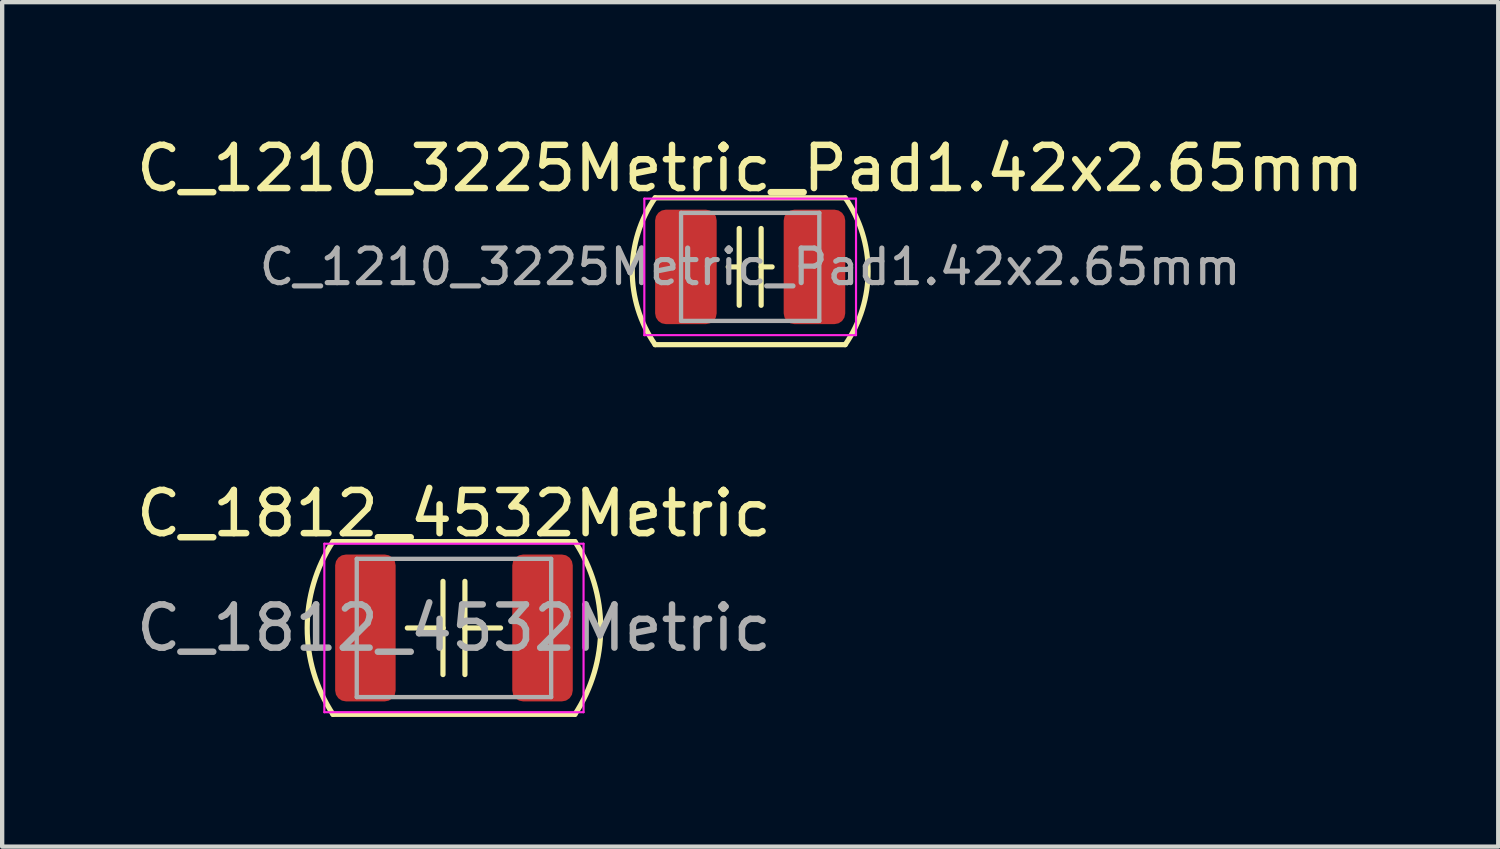
<source format=kicad_pcb>
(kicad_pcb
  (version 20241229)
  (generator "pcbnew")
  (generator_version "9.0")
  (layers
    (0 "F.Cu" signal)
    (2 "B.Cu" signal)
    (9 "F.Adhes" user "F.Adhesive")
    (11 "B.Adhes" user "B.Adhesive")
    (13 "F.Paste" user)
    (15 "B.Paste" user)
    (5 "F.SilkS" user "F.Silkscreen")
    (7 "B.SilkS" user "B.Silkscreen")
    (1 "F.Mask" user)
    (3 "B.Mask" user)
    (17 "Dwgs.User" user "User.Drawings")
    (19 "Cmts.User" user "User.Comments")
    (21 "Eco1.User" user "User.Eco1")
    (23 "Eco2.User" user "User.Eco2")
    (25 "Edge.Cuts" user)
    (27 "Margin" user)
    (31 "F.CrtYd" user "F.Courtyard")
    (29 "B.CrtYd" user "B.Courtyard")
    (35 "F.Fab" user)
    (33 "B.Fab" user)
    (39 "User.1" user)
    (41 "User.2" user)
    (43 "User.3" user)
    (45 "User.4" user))
  (footprint "C_1812_4532Metric"
    (layer "F.Cu")
    (at 7.458 11.486)
    (property "Reference" "C_1812_4532Metric" (at 0 -2.65 0) (layer "F.SilkS") (effects (font (size 1 1) (thickness 0.15))))
    (attr smd)
    (fp_line (start -2.8 2) (end 2.8 2) (stroke (width 0.12) (type solid)) (layer "F.SilkS"))
    (fp_line (start -0.254 -1.079) (end -0.254 0) (stroke (width 0.12) (type solid)) (layer "F.SilkS"))
    (fp_line (start -0.254 0) (end -1.079 0) (stroke (width 0.12) (type solid)) (layer "F.SilkS"))
    (fp_line (start -0.254 0) (end -0.254 1.079) (stroke (width 0.12) (type solid)) (layer "F.SilkS"))
    (fp_line (start 0.254 -1.079) (end 0.254 0) (stroke (width 0.12) (type solid)) (layer "F.SilkS"))
    (fp_line (start 0.254 0) (end 0.254 1.079) (stroke (width 0.12) (type solid)) (layer "F.SilkS"))
    (fp_line (start 0.254 0) (end 1.079 0) (stroke (width 0.12) (type solid)) (layer "F.SilkS"))
    (fp_line (start 2.8 -2) (end -2.8 -2) (stroke (width 0.12) (type solid)) (layer "F.SilkS"))
    (fp_arc (start -2.8 2) (mid -3.396884 0) (end -2.8 -2) (stroke (width 0.12) (type solid)) (layer "F.SilkS"))
    (fp_arc (start 2.8 -2) (mid 3.396884 0) (end 2.8 2) (stroke (width 0.12) (type solid)) (layer "F.SilkS"))
    (fp_line (start -3 -1.95) (end 3 -1.95) (stroke (width 0.05) (type solid)) (layer "F.CrtYd"))
    (fp_line (start -3 1.95) (end -3 -1.95) (stroke (width 0.05) (type solid)) (layer "F.CrtYd"))
    (fp_line (start 3 -1.95) (end 3 1.95) (stroke (width 0.05) (type solid)) (layer "F.CrtYd"))
    (fp_line (start 3 1.95) (end -3 1.95) (stroke (width 0.05) (type solid)) (layer "F.CrtYd"))
    (fp_line (start -2.25 -1.6) (end 2.25 -1.6) (stroke (width 0.1) (type solid)) (layer "F.Fab"))
    (fp_line (start -2.25 1.6) (end -2.25 -1.6) (stroke (width 0.1) (type solid)) (layer "F.Fab"))
    (fp_line (start 2.25 -1.6) (end 2.25 1.6) (stroke (width 0.1) (type solid)) (layer "F.Fab"))
    (fp_line (start 2.25 1.6) (end -2.25 1.6) (stroke (width 0.1) (type solid)) (layer "F.Fab"))
    (fp_text user "${REFERENCE}" (at 0 0 0) (layer "F.Fab") (effects (font (size 1 1) (thickness 0.15))))
    (pad "1" smd roundrect (at -2.05 0) (size 1.4 3.4) (layers "F.Cu" "F.Mask" "F.Paste") (roundrect_rratio 0.179))
    (pad "2" smd roundrect (at 2.05 0) (size 1.4 3.4) (layers "F.Cu" "F.Mask" "F.Paste") (roundrect_rratio 0.179)))
  (footprint "C_1210_3225Metric_Pad1.42x2.65mm"
    (layer "F.Cu")
    (at 14.315 3.128)
    (property "Reference" "C_1210_3225Metric_Pad1.42x2.65mm" (at 0 -2.28 0) (layer "F.SilkS") (effects (font (size 1 1) (thickness 0.15))))
    (attr smd)
    (fp_line (start -2.2 1.8) (end 2.2 1.8) (stroke (width 0.12) (type solid)) (layer "F.SilkS"))
    (fp_line (start -0.254 -0.889) (end -0.254 0) (stroke (width 0.12) (type solid)) (layer "F.SilkS"))
    (fp_line (start -0.254 0) (end -0.508 0) (stroke (width 0.12) (type solid)) (layer "F.SilkS"))
    (fp_line (start -0.254 0) (end -0.254 0.889) (stroke (width 0.12) (type solid)) (layer "F.SilkS"))
    (fp_line (start 0.254 -0.889) (end 0.254 0.889) (stroke (width 0.12) (type solid)) (layer "F.SilkS"))
    (fp_line (start 0.254 0) (end 0.508 0) (stroke (width 0.12) (type solid)) (layer "F.SilkS"))
    (fp_line (start 2.2 -1.6) (end -2.2 -1.6) (stroke (width 0.12) (type solid)) (layer "F.SilkS"))
    (fp_arc (start -2.2 1.8) (mid -2.729833 0.1) (end -2.2 -1.6) (stroke (width 0.12) (type solid)) (layer "F.SilkS"))
    (fp_arc (start 2.2 -1.6) (mid 2.729833 0.1) (end 2.2 1.8) (stroke (width 0.12) (type solid)) (layer "F.SilkS"))
    (fp_line (start -2.45 -1.58) (end 2.45 -1.58) (stroke (width 0.05) (type solid)) (layer "F.CrtYd"))
    (fp_line (start -2.45 1.58) (end -2.45 -1.58) (stroke (width 0.05) (type solid)) (layer "F.CrtYd"))
    (fp_line (start 2.45 -1.58) (end 2.45 1.58) (stroke (width 0.05) (type solid)) (layer "F.CrtYd"))
    (fp_line (start 2.45 1.58) (end -2.45 1.58) (stroke (width 0.05) (type solid)) (layer "F.CrtYd"))
    (fp_line (start -1.6 -1.25) (end 1.6 -1.25) (stroke (width 0.1) (type solid)) (layer "F.Fab"))
    (fp_line (start -1.6 1.25) (end -1.6 -1.25) (stroke (width 0.1) (type solid)) (layer "F.Fab"))
    (fp_line (start 1.6 -1.25) (end 1.6 1.25) (stroke (width 0.1) (type solid)) (layer "F.Fab"))
    (fp_line (start 1.6 1.25) (end -1.6 1.25) (stroke (width 0.1) (type solid)) (layer "F.Fab"))
    (fp_text user "${REFERENCE}" (at 0 0 0) (layer "F.Fab") (effects (font (size 0.8 0.8) (thickness 0.12))))
    (pad "1" smd roundrect (at -1.488 0) (size 1.425 2.65) (layers "F.Cu" "F.Mask" "F.Paste") (roundrect_rratio 0.175))
    (pad "2" smd roundrect (at 1.488 0) (size 1.425 2.65) (layers "F.Cu" "F.Mask" "F.Paste") (roundrect_rratio 0.175)))
  (gr_rect
    (start -3 -3)
    (end 31.631 16.547)
    (stroke (width 0.1) (type default))
    (fill no)
    (layer "Edge.Cuts")))
</source>
